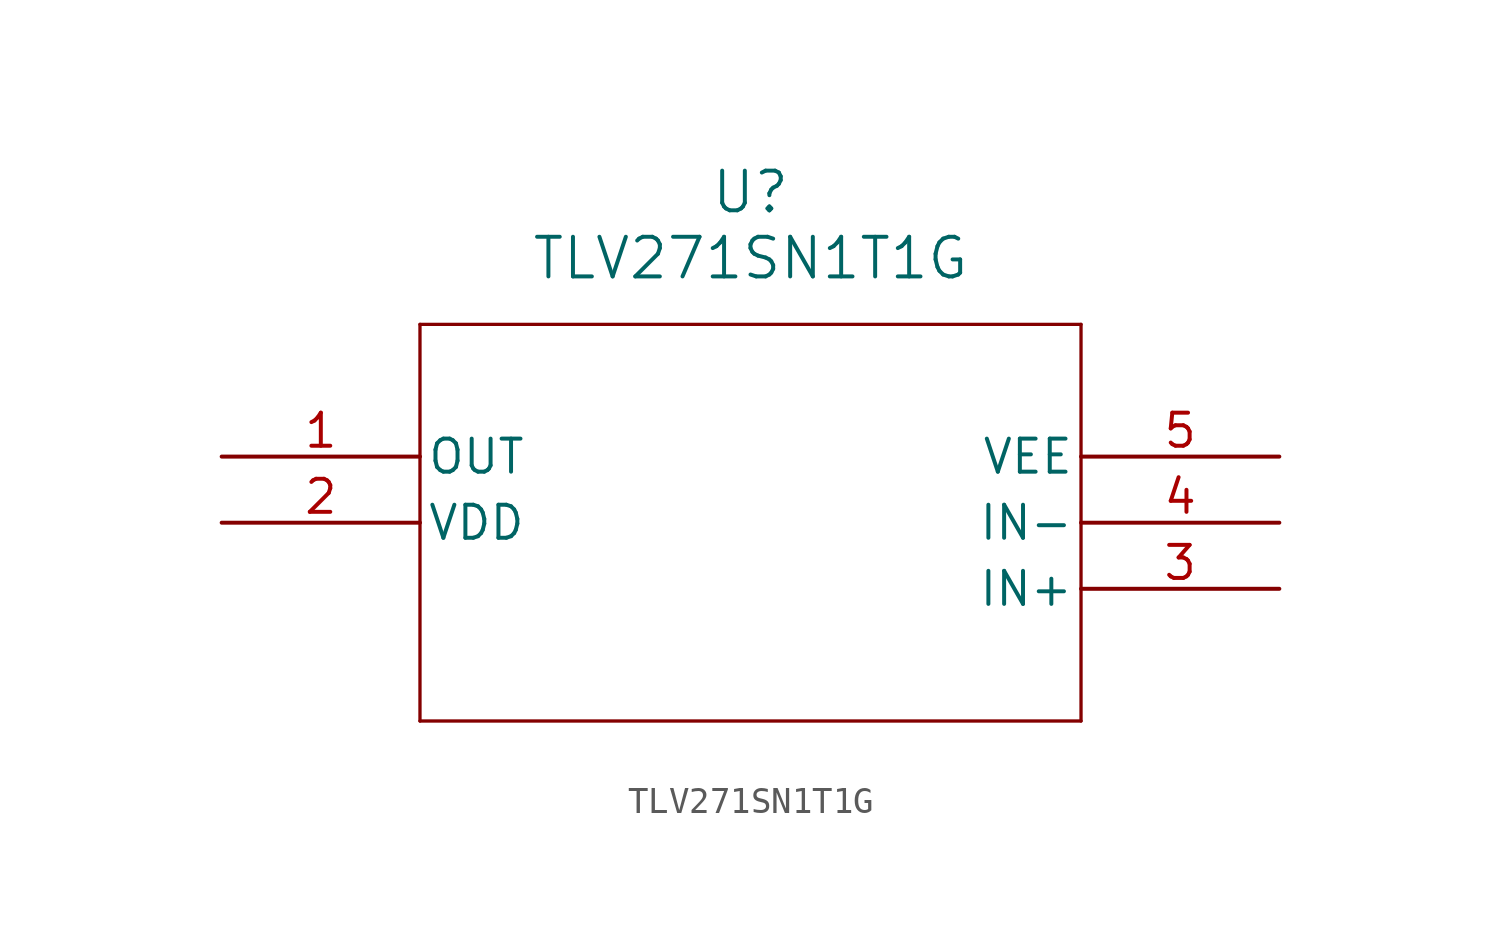
<source format=kicad_sym>
(kicad_symbol_lib
  (version 20211014)
  (generator kicad_symbol_editor)
  (symbol "TLV271SN1T1G"
    (pin_names
      (offset 0.254))
    (property "Reference" "U"
      (at 20.32 10.16 0)
      (effects (font (size 1.524 1.524))))
    (property "Value" "TLV271SN1T1G"
      (at 20.32 7.62 0)
      (effects (font (size 1.524 1.524))))
    (symbol "TLV271SN1T1G_0_1"
      (polyline (pts (xy 7.62 5.08) (xy 7.62 -10.16)) (stroke (width 0.127) (type default) (color 0 0 0 0)) (fill (type none)))
      (polyline (pts (xy 7.62 -10.16) (xy 33.02 -10.16)) (stroke (width 0.127) (type default) (color 0 0 0 0)) (fill (type none)))
      (polyline (pts (xy 33.02 -10.16) (xy 33.02 5.08)) (stroke (width 0.127) (type default) (color 0 0 0 0)) (fill (type none)))
      (polyline (pts (xy 33.02 5.08) (xy 7.62 5.08)) (stroke (width 0.127) (type default) (color 0 0 0 0)) (fill (type none)))
      (pin output line (at 0 0 0) (length 7.62) (name "OUT" (effects (font (size 1.27 1.27)))) (number "1" (effects (font (size 1.27 1.27)))))
      (pin power_in line (at 0 -2.54 0) (length 7.62) (name "VDD" (effects (font (size 1.27 1.27)))) (number "2" (effects (font (size 1.27 1.27)))))
      (pin input line (at 40.64 -5.08 180) (length 7.62) (name "IN+" (effects (font (size 1.27 1.27)))) (number "3" (effects (font (size 1.27 1.27)))))
      (pin input line (at 40.64 -2.54 180) (length 7.62) (name "IN-" (effects (font (size 1.27 1.27)))) (number "4" (effects (font (size 1.27 1.27)))))
      (pin power_in line (at 40.64 0 180) (length 7.62) (name "VEE" (effects (font (size 1.27 1.27)))) (number "5" (effects (font (size 1.27 1.27))))))))
</source>
